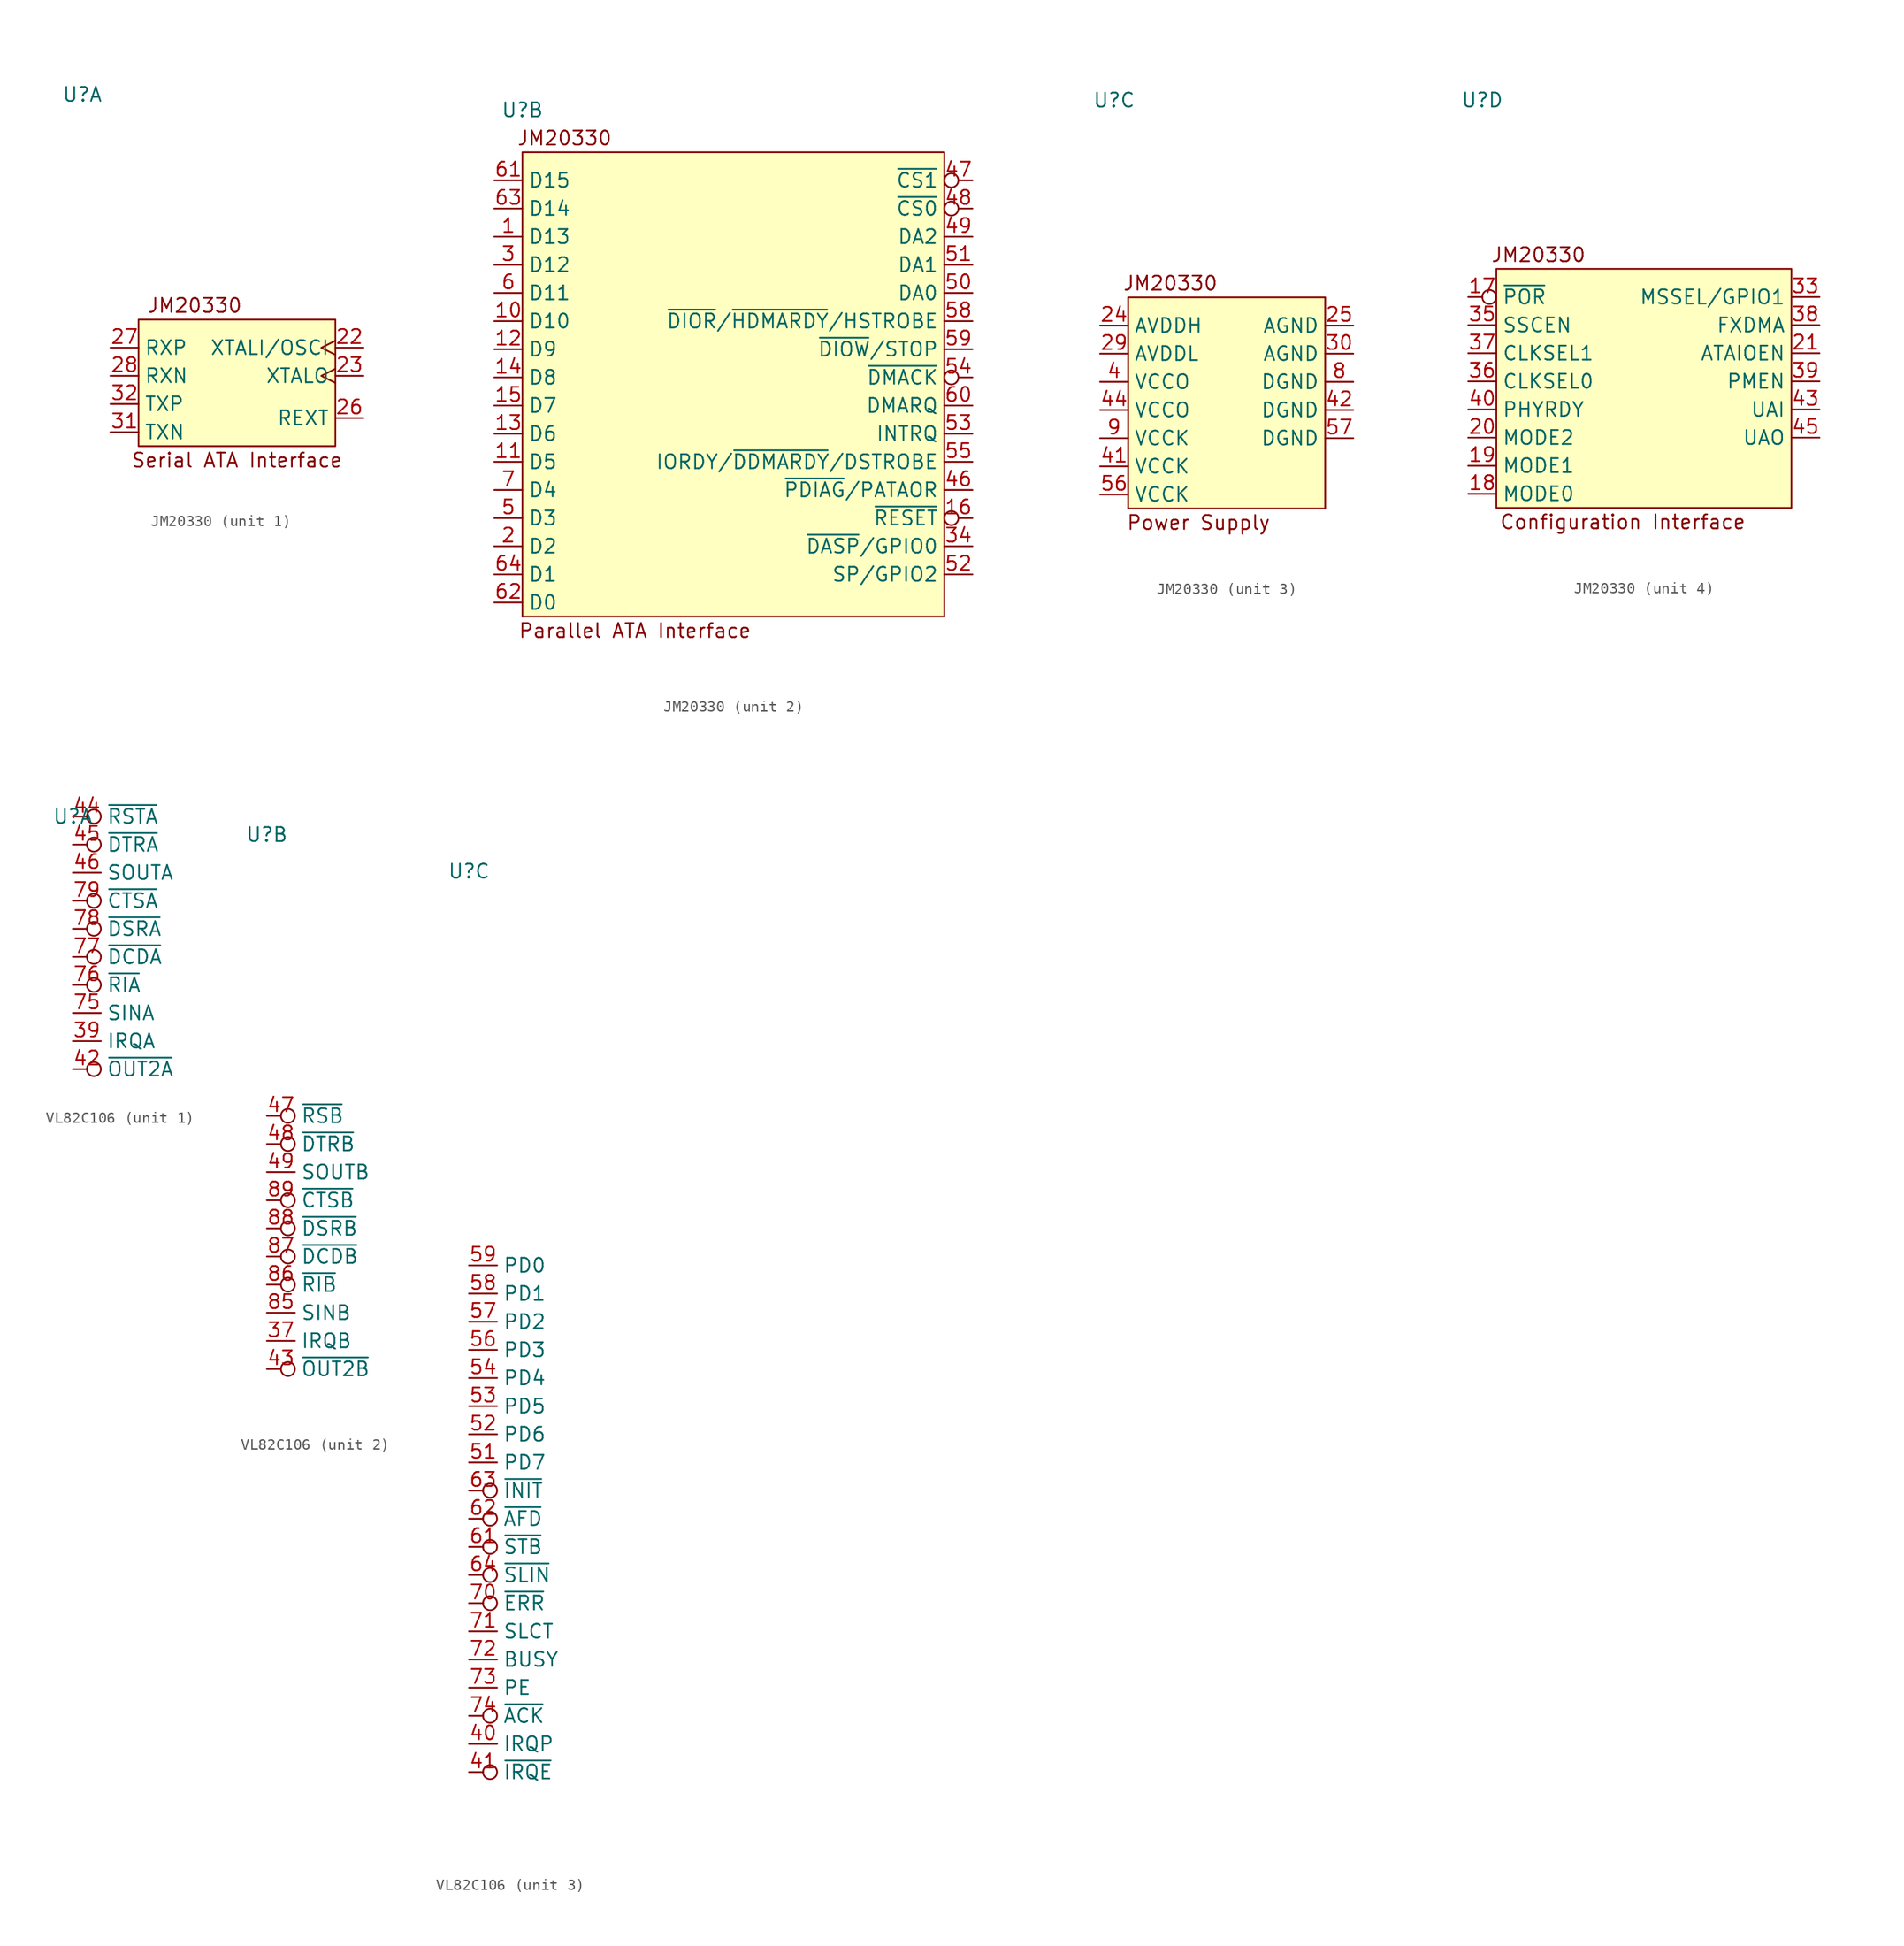
<source format=kicad_sym>
(kicad_symbol_lib
  (version 20220914)
  (generator kicad_symbol_editor)
  (symbol "JM20330"
    (property "Reference" "U"
      (at -11.43 26.67 0)
      (effects (font (size 1.27 1.27))))
    (property "Value" ""
      (at -11.43 -3.81 0)
      (effects (font (size 1.27 1.27))))
    (property "ki_locked" ""
      (at 0 0 0)
      (effects (font (size 1.27 1.27))))
    (symbol "JM20330_1_0"
      (unit_name "Serial ATA Interface")
      (pin input clock (at 13.97 3.81 180) (length 2.54) (name "XTALI/OSCI" (effects (font (size 1.27 1.27)))) (number "22" (effects (font (size 1.27 1.27)))))
      (pin output clock (at 13.97 1.27 180) (length 2.54) (name "XTALO" (effects (font (size 1.27 1.27)))) (number "23" (effects (font (size 1.27 1.27)))))
      (pin input line (at 13.97 -2.54 180) (length 2.54) (name "REXT" (effects (font (size 1.27 1.27)))) (number "26" (effects (font (size 1.27 1.27)))))
      (pin input line (at -8.89 3.81 0) (length 2.54) (name "RXP" (effects (font (size 1.27 1.27)))) (number "27" (effects (font (size 1.27 1.27)))))
      (pin input line (at -8.89 1.27 0) (length 2.54) (name "RXN" (effects (font (size 1.27 1.27)))) (number "28" (effects (font (size 1.27 1.27)))))
      (pin output line (at -8.89 -3.81 0) (length 2.54) (name "TXN" (effects (font (size 1.27 1.27)))) (number "31" (effects (font (size 1.27 1.27)))))
      (pin output line (at -8.89 -1.27 0) (length 2.54) (name "TXP" (effects (font (size 1.27 1.27)))) (number "32" (effects (font (size 1.27 1.27))))))
    (symbol "JM20330_1_1"
      (unit_name "Serial ATA Interface")
      (polyline (pts (xy -6.35 6.35) (xy 11.43 6.35) (xy 11.43 -5.08) (xy -6.35 -5.08) (xy -6.35 6.35)) (stroke (width 0) (type default)) (fill (type background)))
      (text "JM20330" (at -1.27 7.62 0) (effects (font (size 1.27 1.27))))
      (text "Serial ATA Interface" (at 2.54 -6.35 0) (effects (font (size 1.27 1.27)))))
    (symbol "JM20330_2_0"
      (unit_name "Parallel ATA Interface")
      (pin bidirectional line (at -13.97 15.24 0) (length 2.54) (name "D13" (effects (font (size 1.27 1.27)))) (number "1" (effects (font (size 1.27 1.27)))))
      (pin bidirectional line (at -13.97 7.62 0) (length 2.54) (name "D10" (effects (font (size 1.27 1.27)))) (number "10" (effects (font (size 1.27 1.27)))))
      (pin bidirectional line (at -13.97 -5.08 0) (length 2.54) (name "D5" (effects (font (size 1.27 1.27)))) (number "11" (effects (font (size 1.27 1.27)))))
      (pin bidirectional line (at -13.97 5.08 0) (length 2.54) (name "D9" (effects (font (size 1.27 1.27)))) (number "12" (effects (font (size 1.27 1.27)))))
      (pin bidirectional line (at -13.97 -2.54 0) (length 2.54) (name "D6" (effects (font (size 1.27 1.27)))) (number "13" (effects (font (size 1.27 1.27)))))
      (pin bidirectional line (at -13.97 2.54 0) (length 2.54) (name "D8" (effects (font (size 1.27 1.27)))) (number "14" (effects (font (size 1.27 1.27)))))
      (pin bidirectional line (at -13.97 0 0) (length 2.54) (name "D7" (effects (font (size 1.27 1.27)))) (number "15" (effects (font (size 1.27 1.27)))))
      (pin bidirectional inverted (at 29.21 -10.16 180) (length 2.54) (name "~{RESET}" (effects (font (size 1.27 1.27)))) (number "16" (effects (font (size 1.27 1.27)))))
      (pin bidirectional line (at -13.97 -12.7 0) (length 2.54) (name "D2" (effects (font (size 1.27 1.27)))) (number "2" (effects (font (size 1.27 1.27)))))
      (pin bidirectional line (at -13.97 12.7 0) (length 2.54) (name "D12" (effects (font (size 1.27 1.27)))) (number "3" (effects (font (size 1.27 1.27)))))
      (pin bidirectional line (at 29.21 -12.7 180) (length 2.54) (name "~{DASP}/GPIO0" (effects (font (size 1.27 1.27)))) (number "34" (effects (font (size 1.27 1.27)))))
      (pin bidirectional line (at 29.21 -7.62 180) (length 2.54) (name "~{PDIAG}/PATAOR" (effects (font (size 1.27 1.27)))) (number "46" (effects (font (size 1.27 1.27)))))
      (pin bidirectional inverted (at 29.21 20.32 180) (length 2.54) (name "~{CS1}" (effects (font (size 1.27 1.27)))) (number "47" (effects (font (size 1.27 1.27)))))
      (pin bidirectional inverted (at 29.21 17.78 180) (length 2.54) (name "~{CS0}" (effects (font (size 1.27 1.27)))) (number "48" (effects (font (size 1.27 1.27)))))
      (pin bidirectional line (at 29.21 15.24 180) (length 2.54) (name "DA2" (effects (font (size 1.27 1.27)))) (number "49" (effects (font (size 1.27 1.27)))))
      (pin bidirectional line (at -13.97 -10.16 0) (length 2.54) (name "D3" (effects (font (size 1.27 1.27)))) (number "5" (effects (font (size 1.27 1.27)))))
      (pin bidirectional line (at 29.21 10.16 180) (length 2.54) (name "DA0" (effects (font (size 1.27 1.27)))) (number "50" (effects (font (size 1.27 1.27)))))
      (pin bidirectional line (at 29.21 12.7 180) (length 2.54) (name "DA1" (effects (font (size 1.27 1.27)))) (number "51" (effects (font (size 1.27 1.27)))))
      (pin bidirectional line (at 29.21 -15.24 180) (length 2.54) (name "SP/GPIO2" (effects (font (size 1.27 1.27)))) (number "52" (effects (font (size 1.27 1.27)))))
      (pin bidirectional line (at 29.21 -2.54 180) (length 2.54) (name "INTRQ" (effects (font (size 1.27 1.27)))) (number "53" (effects (font (size 1.27 1.27)))))
      (pin bidirectional inverted (at 29.21 2.54 180) (length 2.54) (name "~{DMACK}" (effects (font (size 1.27 1.27)))) (number "54" (effects (font (size 1.27 1.27)))))
      (pin bidirectional line (at 29.21 -5.08 180) (length 2.54) (name "IORDY/~{DDMARDY}/DSTROBE" (effects (font (size 1.27 1.27)))) (number "55" (effects (font (size 1.27 1.27)))))
      (pin bidirectional line (at 29.21 7.62 180) (length 2.54) (name "~{DIOR}/~{HDMARDY}/HSTROBE" (effects (font (size 1.27 1.27)))) (number "58" (effects (font (size 1.27 1.27)))))
      (pin bidirectional line (at 29.21 5.08 180) (length 2.54) (name "~{DIOW}/STOP" (effects (font (size 1.27 1.27)))) (number "59" (effects (font (size 1.27 1.27)))))
      (pin bidirectional line (at -13.97 10.16 0) (length 2.54) (name "D11" (effects (font (size 1.27 1.27)))) (number "6" (effects (font (size 1.27 1.27)))))
      (pin bidirectional line (at 29.21 0 180) (length 2.54) (name "DMARQ" (effects (font (size 1.27 1.27)))) (number "60" (effects (font (size 1.27 1.27)))))
      (pin bidirectional line (at -13.97 20.32 0) (length 2.54) (name "D15" (effects (font (size 1.27 1.27)))) (number "61" (effects (font (size 1.27 1.27)))))
      (pin bidirectional line (at -13.97 -17.78 0) (length 2.54) (name "D0" (effects (font (size 1.27 1.27)))) (number "62" (effects (font (size 1.27 1.27)))))
      (pin bidirectional line (at -13.97 17.78 0) (length 2.54) (name "D14" (effects (font (size 1.27 1.27)))) (number "63" (effects (font (size 1.27 1.27)))))
      (pin bidirectional line (at -13.97 -15.24 0) (length 2.54) (name "D1" (effects (font (size 1.27 1.27)))) (number "64" (effects (font (size 1.27 1.27)))))
      (pin bidirectional line (at -13.97 -7.62 0) (length 2.54) (name "D4" (effects (font (size 1.27 1.27)))) (number "7" (effects (font (size 1.27 1.27))))))
    (symbol "JM20330_2_1"
      (unit_name "Parallel ATA Interface")
      (polyline (pts (xy -11.43 -19.05) (xy -11.43 22.86) (xy 26.67 22.86) (xy 26.67 -19.05) (xy -11.43 -19.05)) (stroke (width 0) (type default)) (fill (type background)))
      (text "JM20330\n" (at -7.62 24.13 0) (effects (font (size 1.27 1.27))))
      (text "Parallel ATA Interface\n" (at -1.27 -20.32 0) (effects (font (size 1.27 1.27)))))
    (symbol "JM20330_3_0"
      (unit_name "Power Supply")
      (pin power_in line (at -12.7 6.35 0) (length 2.54) (name "AVDDH" (effects (font (size 1.27 1.27)))) (number "24" (effects (font (size 1.27 1.27)))))
      (pin power_in line (at 10.16 6.35 180) (length 2.54) (name "AGND" (effects (font (size 1.27 1.27)))) (number "25" (effects (font (size 1.27 1.27)))))
      (pin power_in line (at -12.7 3.81 0) (length 2.54) (name "AVDDL" (effects (font (size 1.27 1.27)))) (number "29" (effects (font (size 1.27 1.27)))))
      (pin power_in line (at 10.16 3.81 180) (length 2.54) (name "AGND" (effects (font (size 1.27 1.27)))) (number "30" (effects (font (size 1.27 1.27)))))
      (pin power_in line (at -12.7 1.27 0) (length 2.54) (name "VCCO" (effects (font (size 1.27 1.27)))) (number "4" (effects (font (size 1.27 1.27)))))
      (pin power_in line (at -12.7 -6.35 0) (length 2.54) (name "VCCK" (effects (font (size 1.27 1.27)))) (number "41" (effects (font (size 1.27 1.27)))))
      (pin power_in line (at 10.16 -1.27 180) (length 2.54) (name "DGND" (effects (font (size 1.27 1.27)))) (number "42" (effects (font (size 1.27 1.27)))))
      (pin power_in line (at -12.7 -1.27 0) (length 2.54) (name "VCCO" (effects (font (size 1.27 1.27)))) (number "44" (effects (font (size 1.27 1.27)))))
      (pin power_in line (at -12.7 -8.89 0) (length 2.54) (name "VCCK" (effects (font (size 1.27 1.27)))) (number "56" (effects (font (size 1.27 1.27)))))
      (pin power_in line (at 10.16 -3.81 180) (length 2.54) (name "DGND" (effects (font (size 1.27 1.27)))) (number "57" (effects (font (size 1.27 1.27)))))
      (pin power_in line (at 10.16 1.27 180) (length 2.54) (name "DGND" (effects (font (size 1.27 1.27)))) (number "8" (effects (font (size 1.27 1.27)))))
      (pin power_in line (at -12.7 -3.81 0) (length 2.54) (name "VCCK" (effects (font (size 1.27 1.27)))) (number "9" (effects (font (size 1.27 1.27))))))
    (symbol "JM20330_3_1"
      (unit_name "Power Supply")
      (polyline (pts (xy -10.16 7.62) (xy -10.16 -10.16) (xy 7.62 -10.16) (xy 7.62 8.89) (xy -10.16 8.89) (xy -10.16 7.62)) (stroke (width 0) (type default)) (fill (type background)))
      (text "JM20330" (at -6.35 10.16 0) (effects (font (size 1.27 1.27))))
      (text "Power Supply\n" (at -3.81 -11.43 0) (effects (font (size 1.27 1.27)))))
    (symbol "JM20330_4_0"
      (unit_name "Configuration Interface")
      (pin input inverted (at -12.7 8.89 0) (length 2.54) (name "~{POR}" (effects (font (size 1.27 1.27)))) (number "17" (effects (font (size 1.27 1.27)))))
      (pin input line (at -12.7 -8.89 0) (length 2.54) (name "MODE0" (effects (font (size 1.27 1.27)))) (number "18" (effects (font (size 1.27 1.27)))))
      (pin input line (at -12.7 -6.35 0) (length 2.54) (name "MODE1" (effects (font (size 1.27 1.27)))) (number "19" (effects (font (size 1.27 1.27)))))
      (pin input line (at -12.7 -3.81 0) (length 2.54) (name "MODE2" (effects (font (size 1.27 1.27)))) (number "20" (effects (font (size 1.27 1.27)))))
      (pin input line (at 19.05 3.81 180) (length 2.54) (name "ATAIOEN" (effects (font (size 1.27 1.27)))) (number "21" (effects (font (size 1.27 1.27)))))
      (pin input line (at 19.05 8.89 180) (length 2.54) (name "MSSEL/GPIO1" (effects (font (size 1.27 1.27)))) (number "33" (effects (font (size 1.27 1.27)))))
      (pin input line (at -12.7 6.35 0) (length 2.54) (name "SSCEN" (effects (font (size 1.27 1.27)))) (number "35" (effects (font (size 1.27 1.27)))))
      (pin input line (at -12.7 1.27 0) (length 2.54) (name "CLKSEL0" (effects (font (size 1.27 1.27)))) (number "36" (effects (font (size 1.27 1.27)))))
      (pin input line (at -12.7 3.81 0) (length 2.54) (name "CLKSEL1" (effects (font (size 1.27 1.27)))) (number "37" (effects (font (size 1.27 1.27)))))
      (pin input line (at 19.05 6.35 180) (length 2.54) (name "FXDMA" (effects (font (size 1.27 1.27)))) (number "38" (effects (font (size 1.27 1.27)))))
      (pin input line (at 19.05 1.27 180) (length 2.54) (name "PMEN" (effects (font (size 1.27 1.27)))) (number "39" (effects (font (size 1.27 1.27)))))
      (pin input line (at -12.7 -1.27 0) (length 2.54) (name "PHYRDY" (effects (font (size 1.27 1.27)))) (number "40" (effects (font (size 1.27 1.27)))))
      (pin input line (at 19.05 -1.27 180) (length 2.54) (name "UAI" (effects (font (size 1.27 1.27)))) (number "43" (effects (font (size 1.27 1.27)))))
      (pin output line (at 19.05 -3.81 180) (length 2.54) (name "UAO" (effects (font (size 1.27 1.27)))) (number "45" (effects (font (size 1.27 1.27))))))
    (symbol "JM20330_4_1"
      (unit_name "Configuration Interface")
      (polyline (pts (xy -10.16 -10.16) (xy -10.16 11.43) (xy 16.51 11.43) (xy 16.51 -10.16) (xy -10.16 -10.16)) (stroke (width 0) (type default)) (fill (type background)))
      (text "Configuration Interface" (at 1.27 -11.43 0) (effects (font (size 1.27 1.27))))
      (text "JM20330" (at -6.35 12.7 0) (effects (font (size 1.27 1.27))))))
  (symbol "VL82C106"
    (property "Reference" "U"
      (at 0 0 0)
      (effects (font (size 1.27 1.27))))
    (property "Value" ""
      (at 0 0 0)
      (effects (font (size 1.27 1.27))))
    (property "ki_locked" ""
      (at 0 0 0)
      (effects (font (size 1.27 1.27))))
    (symbol "VL82C106_1_0"
      (pin output line (at 0 -20.32 0) (length 2.54) (name "IRQA" (effects (font (size 1.27 1.27)))) (number "39" (effects (font (size 1.27 1.27)))))
      (pin output inverted (at 0 -22.86 0) (length 2.54) (name "~{OUT2A}" (effects (font (size 1.27 1.27)))) (number "42" (effects (font (size 1.27 1.27)))))
      (pin output inverted (at 0 0 0) (length 2.54) (name "~{RSTA}" (effects (font (size 1.27 1.27)))) (number "44" (effects (font (size 1.27 1.27)))))
      (pin output inverted (at 0 -2.54 0) (length 2.54) (name "~{DTRA}" (effects (font (size 1.27 1.27)))) (number "45" (effects (font (size 1.27 1.27)))))
      (pin output line (at 0 -5.08 0) (length 2.54) (name "SOUTA" (effects (font (size 1.27 1.27)))) (number "46" (effects (font (size 1.27 1.27)))))
      (pin input line (at 0 -17.78 0) (length 2.54) (name "SINA" (effects (font (size 1.27 1.27)))) (number "75" (effects (font (size 1.27 1.27)))))
      (pin input inverted (at 0 -15.24 0) (length 2.54) (name "~{RIA}" (effects (font (size 1.27 1.27)))) (number "76" (effects (font (size 1.27 1.27)))))
      (pin input inverted (at 0 -12.7 0) (length 2.54) (name "~{DCDA}" (effects (font (size 1.27 1.27)))) (number "77" (effects (font (size 1.27 1.27)))))
      (pin input inverted (at 0 -10.16 0) (length 2.54) (name "~{DSRA}" (effects (font (size 1.27 1.27)))) (number "78" (effects (font (size 1.27 1.27)))))
      (pin input inverted (at 0 -7.62 0) (length 2.54) (name "~{CTSA}" (effects (font (size 1.27 1.27)))) (number "79" (effects (font (size 1.27 1.27))))))
    (symbol "VL82C106_2_0"
      (pin output line (at 0 -45.72 0) (length 2.54) (name "IRQB" (effects (font (size 1.27 1.27)))) (number "37" (effects (font (size 1.27 1.27)))))
      (pin output inverted (at 0 -48.26 0) (length 2.54) (name "~{OUT2B}" (effects (font (size 1.27 1.27)))) (number "43" (effects (font (size 1.27 1.27)))))
      (pin output inverted (at 0 -25.4 0) (length 2.54) (name "~{RSB}" (effects (font (size 1.27 1.27)))) (number "47" (effects (font (size 1.27 1.27)))))
      (pin output inverted (at 0 -27.94 0) (length 2.54) (name "~{DTRB}" (effects (font (size 1.27 1.27)))) (number "48" (effects (font (size 1.27 1.27)))))
      (pin output line (at 0 -30.48 0) (length 2.54) (name "SOUTB" (effects (font (size 1.27 1.27)))) (number "49" (effects (font (size 1.27 1.27)))))
      (pin input line (at 0 -43.18 0) (length 2.54) (name "SINB" (effects (font (size 1.27 1.27)))) (number "85" (effects (font (size 1.27 1.27)))))
      (pin input inverted (at 0 -40.64 0) (length 2.54) (name "~{RIB}" (effects (font (size 1.27 1.27)))) (number "86" (effects (font (size 1.27 1.27)))))
      (pin input inverted (at 0 -38.1 0) (length 2.54) (name "~{DCDB}" (effects (font (size 1.27 1.27)))) (number "87" (effects (font (size 1.27 1.27)))))
      (pin input inverted (at 0 -35.56 0) (length 2.54) (name "~{DSRB}" (effects (font (size 1.27 1.27)))) (number "88" (effects (font (size 1.27 1.27)))))
      (pin input inverted (at 0 -33.02 0) (length 2.54) (name "~{CTSB}" (effects (font (size 1.27 1.27)))) (number "89" (effects (font (size 1.27 1.27))))))
    (symbol "VL82C106_3_0"
      (pin output line (at 0 -78.74 0) (length 2.54) (name "IRQP" (effects (font (size 1.27 1.27)))) (number "40" (effects (font (size 1.27 1.27)))))
      (pin output inverted (at 0 -81.28 0) (length 2.54) (name "~{IRQE}" (effects (font (size 1.27 1.27)))) (number "41" (effects (font (size 1.27 1.27)))))
      (pin bidirectional line (at 0 -53.34 0) (length 2.54) (name "PD7" (effects (font (size 1.27 1.27)))) (number "51" (effects (font (size 1.27 1.27)))))
      (pin bidirectional line (at 0 -50.8 0) (length 2.54) (name "PD6" (effects (font (size 1.27 1.27)))) (number "52" (effects (font (size 1.27 1.27)))))
      (pin bidirectional line (at 0 -48.26 0) (length 2.54) (name "PD5" (effects (font (size 1.27 1.27)))) (number "53" (effects (font (size 1.27 1.27)))))
      (pin bidirectional line (at 0 -45.72 0) (length 2.54) (name "PD4" (effects (font (size 1.27 1.27)))) (number "54" (effects (font (size 1.27 1.27)))))
      (pin bidirectional line (at 0 -43.18 0) (length 2.54) (name "PD3" (effects (font (size 1.27 1.27)))) (number "56" (effects (font (size 1.27 1.27)))))
      (pin bidirectional line (at 0 -40.64 0) (length 2.54) (name "PD2" (effects (font (size 1.27 1.27)))) (number "57" (effects (font (size 1.27 1.27)))))
      (pin bidirectional line (at 0 -38.1 0) (length 2.54) (name "PD1" (effects (font (size 1.27 1.27)))) (number "58" (effects (font (size 1.27 1.27)))))
      (pin bidirectional line (at 0 -35.56 0) (length 2.54) (name "PD0" (effects (font (size 1.27 1.27)))) (number "59" (effects (font (size 1.27 1.27)))))
      (pin output inverted (at 0 -60.96 0) (length 2.54) (name "~{STB}" (effects (font (size 1.27 1.27)))) (number "61" (effects (font (size 1.27 1.27)))))
      (pin output inverted (at 0 -58.42 0) (length 2.54) (name "~{AFD}" (effects (font (size 1.27 1.27)))) (number "62" (effects (font (size 1.27 1.27)))))
      (pin output inverted (at 0 -55.88 0) (length 2.54) (name "~{INIT}" (effects (font (size 1.27 1.27)))) (number "63" (effects (font (size 1.27 1.27)))))
      (pin output inverted (at 0 -63.5 0) (length 2.54) (name "~{SLIN}" (effects (font (size 1.27 1.27)))) (number "64" (effects (font (size 1.27 1.27)))))
      (pin input inverted (at 0 -66.04 0) (length 2.54) (name "~{ERR}" (effects (font (size 1.27 1.27)))) (number "70" (effects (font (size 1.27 1.27)))))
      (pin input line (at 0 -68.58 0) (length 2.54) (name "SLCT" (effects (font (size 1.27 1.27)))) (number "71" (effects (font (size 1.27 1.27)))))
      (pin input line (at 0 -71.12 0) (length 2.54) (name "BUSY" (effects (font (size 1.27 1.27)))) (number "72" (effects (font (size 1.27 1.27)))))
      (pin input line (at 0 -73.66 0) (length 2.54) (name "PE" (effects (font (size 1.27 1.27)))) (number "73" (effects (font (size 1.27 1.27)))))
      (pin input inverted (at 0 -76.2 0) (length 2.54) (name "~{ACK}" (effects (font (size 1.27 1.27)))) (number "74" (effects (font (size 1.27 1.27))))))))
</source>
